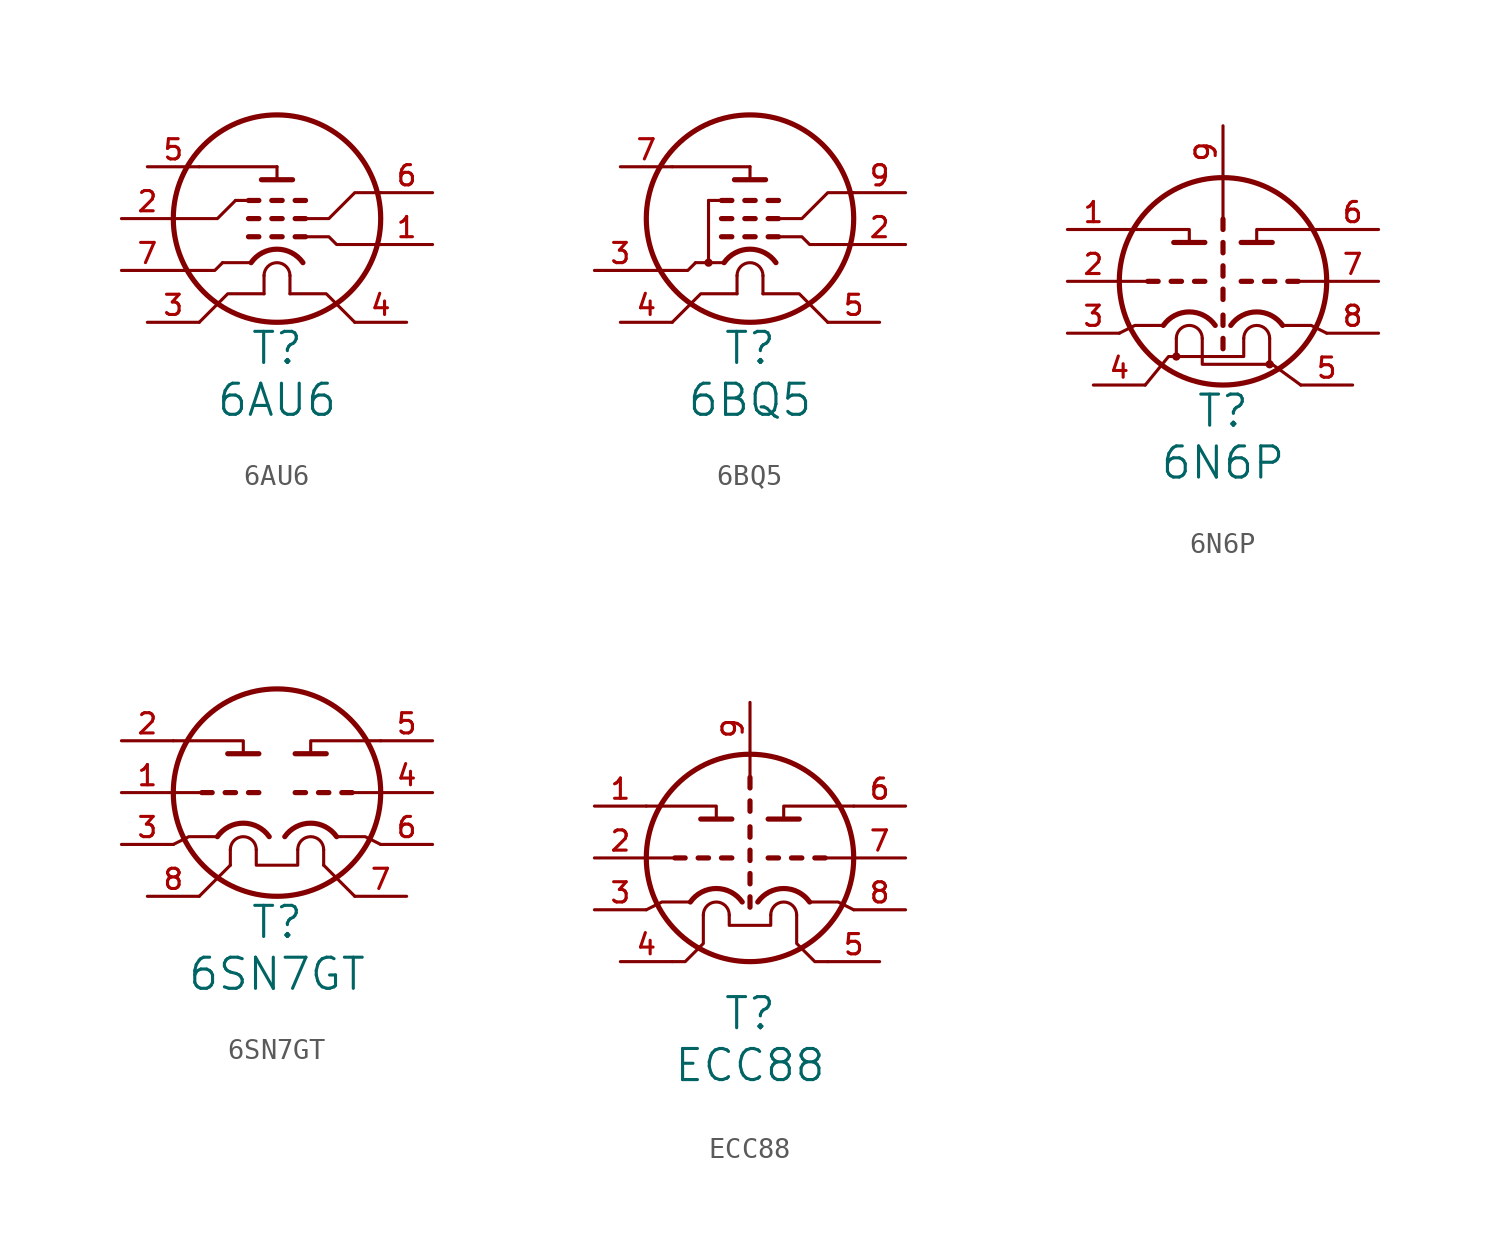
<source format=kicad_sym>
(kicad_symbol_lib
  (version 20220914)
  (generator kicad_symbol_editor)
  (symbol "6AU6"
    (pin_names
      (offset 0.025) hide)
    (property "Reference" "T"
      (at 0 -6.35 0)
      (effects (font (size 1.524 1.524))))
    (property "Value" "6AU6"
      (at 0 -8.89 0)
      (effects (font (size 1.524 1.524))))
    (property "Footprint" ""
      (at 0 0 0)
      (effects (font (size 1.524 1.524))))
    (property "Datasheet" ""
      (at 0 0 0)
      (effects (font (size 1.524 1.524))))
    (symbol "6AU6_0_1"
      (polyline (pts (xy -3.81 2.54) (xy 0 2.54)) (stroke (width 0) (type solid)) (fill (type none)))
      (polyline (pts (xy -1.397 -0.889) (xy -0.889 -0.889)) (stroke (width 0.254) (type solid)) (fill (type none)))
      (polyline (pts (xy -1.397 0) (xy -0.889 0)) (stroke (width 0.254) (type solid)) (fill (type none)))
      (polyline (pts (xy -1.397 0.889) (xy -2.032 0.889)) (stroke (width 0) (type solid)) (fill (type none)))
      (polyline (pts (xy -1.397 0.889) (xy -0.889 0.889)) (stroke (width 0.254) (type solid)) (fill (type none)))
      (polyline (pts (xy -1.27 -2.159) (xy -2.667 -2.159)) (stroke (width 0) (type solid)) (fill (type none)))
      (polyline (pts (xy -0.762 1.905) (xy 0.762 1.905)) (stroke (width 0.254) (type solid)) (fill (type none)))
      (polyline (pts (xy -0.635 -2.794) (xy -0.635 -3.683)) (stroke (width 0) (type solid)) (fill (type none)))
      (polyline (pts (xy -0.254 -0.889) (xy 0.254 -0.889)) (stroke (width 0.254) (type solid)) (fill (type none)))
      (polyline (pts (xy -0.254 0) (xy 0.254 0)) (stroke (width 0.254) (type solid)) (fill (type none)))
      (polyline (pts (xy -0.254 0.889) (xy 0.254 0.889)) (stroke (width 0.254) (type solid)) (fill (type none)))
      (polyline (pts (xy 0 1.905) (xy 0 2.54)) (stroke (width 0) (type solid)) (fill (type none)))
      (polyline (pts (xy 0.635 -2.794) (xy 0.635 -3.683)) (stroke (width 0) (type solid)) (fill (type none)))
      (polyline (pts (xy 0.889 -0.889) (xy 1.397 -0.889)) (stroke (width 0.254) (type solid)) (fill (type none)))
      (polyline (pts (xy 0.889 0) (xy 1.397 0)) (stroke (width 0.254) (type solid)) (fill (type none)))
      (polyline (pts (xy 0.889 0.889) (xy 1.397 0.889)) (stroke (width 0.254) (type solid)) (fill (type none)))
      (polyline (pts (xy -3.81 -5.08) (xy -2.413 -3.683) (xy -0.635 -3.683)) (stroke (width 0) (type solid)) (fill (type none)))
      (polyline (pts (xy -2.667 -2.159) (xy -3.048 -2.54) (xy -5.08 -2.54)) (stroke (width 0) (type solid)) (fill (type none)))
      (polyline (pts (xy -2.032 0.889) (xy -2.921 0) (xy -5.08 0)) (stroke (width 0) (type solid)) (fill (type none)))
      (polyline (pts (xy 3.81 -5.08) (xy 2.413 -3.683) (xy 0.635 -3.683)) (stroke (width 0) (type solid)) (fill (type none)))
      (polyline (pts (xy 1.397 -0.889) (xy 2.54 -0.889) (xy 2.921 -1.27) (xy 5.08 -1.27)) (stroke (width 0) (type solid)) (fill (type none)))
      (polyline (pts (xy 5.08 1.27) (xy 3.81 1.27) (xy 2.54 0) (xy 1.397 0)) (stroke (width 0) (type solid)) (fill (type none)))
      (circle (center 0 0) (radius 5.08) (stroke (width 0.254) (type solid)) (fill (type none)))
      (arc (start 0.635 -2.794) (mid 0 -2.1617) (end -0.635 -2.794) (stroke (width 0) (type solid)) (fill (type none)))
      (arc (start 1.27 -2.159) (mid 0 -1.4978) (end -1.27 -2.159) (stroke (width 0.254) (type solid)) (fill (type none))))
    (symbol "6AU6_1_1"
      (pin input line (at 7.62 -1.27 180) (length 2.54) (name "g1" (effects (font (size 0.762 0.762)))) (number "1" (effects (font (size 0.991 0.991)))))
      (pin input line (at -7.62 0 0) (length 2.54) (name "g3" (effects (font (size 0.762 0.762)))) (number "2" (effects (font (size 0.991 0.991)))))
      (pin input line (at -6.35 -5.08 0) (length 2.54) (name "h" (effects (font (size 0.762 0.762)))) (number "3" (effects (font (size 0.991 0.991)))))
      (pin input line (at 6.35 -5.08 180) (length 2.54) (name "h" (effects (font (size 0.762 0.762)))) (number "4" (effects (font (size 0.991 0.991)))))
      (pin input line (at -6.35 2.54 0) (length 2.54) (name "p" (effects (font (size 0.762 0.762)))) (number "5" (effects (font (size 0.991 0.991)))))
      (pin input line (at 7.62 1.27 180) (length 2.54) (name "g2" (effects (font (size 0.762 0.762)))) (number "6" (effects (font (size 0.991 0.991)))))
      (pin input line (at -7.62 -2.54 0) (length 2.54) (name "k" (effects (font (size 0.762 0.762)))) (number "7" (effects (font (size 0.991 0.991)))))))
  (symbol "6BQ5"
    (pin_names
      (offset 0.025) hide)
    (property "Reference" "T"
      (at 0 -6.35 0)
      (effects (font (size 1.524 1.524))))
    (property "Value" "6BQ5"
      (at 0 -8.89 0)
      (effects (font (size 1.524 1.524))))
    (property "Footprint" ""
      (at 0 0 0)
      (effects (font (size 1.524 1.524))))
    (property "Datasheet" ""
      (at 0 0 0)
      (effects (font (size 1.524 1.524))))
    (symbol "6BQ5_0_1"
      (circle (center -2.032 -2.159) (radius 0.127) (stroke (width 0) (type solid)) (fill (type none)))
      (polyline (pts (xy -3.81 2.54) (xy 0 2.54)) (stroke (width 0) (type solid)) (fill (type none)))
      (polyline (pts (xy -2.032 0.889) (xy -2.032 -2.159)) (stroke (width 0) (type solid)) (fill (type none)))
      (polyline (pts (xy -1.397 -0.889) (xy -0.889 -0.889)) (stroke (width 0.254) (type solid)) (fill (type none)))
      (polyline (pts (xy -1.397 0) (xy -0.889 0)) (stroke (width 0.254) (type solid)) (fill (type none)))
      (polyline (pts (xy -1.397 0.889) (xy -2.032 0.889)) (stroke (width 0) (type solid)) (fill (type none)))
      (polyline (pts (xy -1.397 0.889) (xy -0.889 0.889)) (stroke (width 0.254) (type solid)) (fill (type none)))
      (polyline (pts (xy -1.27 -2.159) (xy -2.667 -2.159)) (stroke (width 0) (type solid)) (fill (type none)))
      (polyline (pts (xy -0.762 1.905) (xy 0.762 1.905)) (stroke (width 0.254) (type solid)) (fill (type none)))
      (polyline (pts (xy -0.635 -2.794) (xy -0.635 -3.683)) (stroke (width 0) (type solid)) (fill (type none)))
      (polyline (pts (xy -0.254 -0.889) (xy 0.254 -0.889)) (stroke (width 0.254) (type solid)) (fill (type none)))
      (polyline (pts (xy -0.254 0) (xy 0.254 0)) (stroke (width 0.254) (type solid)) (fill (type none)))
      (polyline (pts (xy -0.254 0.889) (xy 0.254 0.889)) (stroke (width 0.254) (type solid)) (fill (type none)))
      (polyline (pts (xy 0 1.905) (xy 0 2.54)) (stroke (width 0) (type solid)) (fill (type none)))
      (polyline (pts (xy 0.635 -2.794) (xy 0.635 -3.683)) (stroke (width 0) (type solid)) (fill (type none)))
      (polyline (pts (xy 0.889 -0.889) (xy 1.397 -0.889)) (stroke (width 0.254) (type solid)) (fill (type none)))
      (polyline (pts (xy 0.889 0) (xy 1.397 0)) (stroke (width 0.254) (type solid)) (fill (type none)))
      (polyline (pts (xy 0.889 0.889) (xy 1.397 0.889)) (stroke (width 0.254) (type solid)) (fill (type none)))
      (polyline (pts (xy -3.81 -5.08) (xy -2.413 -3.683) (xy -0.635 -3.683)) (stroke (width 0) (type solid)) (fill (type none)))
      (polyline (pts (xy -2.667 -2.159) (xy -3.048 -2.54) (xy -5.08 -2.54)) (stroke (width 0) (type solid)) (fill (type none)))
      (polyline (pts (xy 3.81 -5.08) (xy 2.413 -3.683) (xy 0.635 -3.683)) (stroke (width 0) (type solid)) (fill (type none)))
      (polyline (pts (xy 1.397 -0.889) (xy 2.54 -0.889) (xy 2.921 -1.27) (xy 5.08 -1.27)) (stroke (width 0) (type solid)) (fill (type none)))
      (polyline (pts (xy 5.08 1.27) (xy 3.81 1.27) (xy 2.54 0) (xy 1.397 0)) (stroke (width 0) (type solid)) (fill (type none)))
      (circle (center 0 0) (radius 5.08) (stroke (width 0.254) (type solid)) (fill (type none)))
      (arc (start 0.635 -2.794) (mid 0 -2.1617) (end -0.635 -2.794) (stroke (width 0) (type solid)) (fill (type none)))
      (arc (start 1.27 -2.159) (mid 0 -1.4978) (end -1.27 -2.159) (stroke (width 0.254) (type solid)) (fill (type none))))
    (symbol "6BQ5_1_1"
      (pin input line (at 7.62 -1.27 180) (length 2.54) (name "g" (effects (font (size 0.762 0.762)))) (number "2" (effects (font (size 0.991 0.991)))))
      (pin input line (at -7.62 -2.54 0) (length 2.54) (name "ks" (effects (font (size 0.762 0.762)))) (number "3" (effects (font (size 0.991 0.991)))))
      (pin input line (at -6.35 -5.08 0) (length 2.54) (name "h" (effects (font (size 0.762 0.762)))) (number "4" (effects (font (size 0.991 0.991)))))
      (pin input line (at 6.35 -5.08 180) (length 2.54) (name "h" (effects (font (size 0.787 0.787)))) (number "5" (effects (font (size 0.991 0.991)))))
      (pin input line (at -6.35 2.54 0) (length 2.54) (name "p" (effects (font (size 0.762 0.762)))) (number "7" (effects (font (size 0.991 0.991)))))
      (pin input line (at 7.62 1.27 180) (length 2.54) (name "s" (effects (font (size 0.762 0.762)))) (number "9" (effects (font (size 0.991 0.991)))))))
  (symbol "6N6P"
    (pin_names
      (offset 0.025) hide)
    (property "Reference" "T"
      (at 0 -6.35 0)
      (effects (font (size 1.524 1.524))))
    (property "Value" "6N6P"
      (at 0 -8.89 0)
      (effects (font (size 1.524 1.524))))
    (property "Footprint" ""
      (at 0 0 0)
      (effects (font (size 1.524 1.524))))
    (property "Datasheet" ""
      (at 0 0 0)
      (effects (font (size 1.524 1.524))))
    (symbol "6N6P_0_1"
      (circle (center -2.286 -3.683) (radius 0.127) (stroke (width 0) (type solid)) (fill (type none)))
      (arc (start -1.016 -2.794) (mid -1.651 -2.1617) (end -2.286 -2.794) (stroke (width 0) (type solid)) (fill (type none)))
      (arc (start -0.381 -2.159) (mid -1.651 -1.4978) (end -2.921 -2.159) (stroke (width 0.254) (type solid)) (fill (type none)))
      (polyline (pts (xy -5.08 0) (xy -3.683 0)) (stroke (width 0) (type solid)) (fill (type none)))
      (polyline (pts (xy -3.683 0) (xy -3.175 0)) (stroke (width 0.254) (type solid)) (fill (type none)))
      (polyline (pts (xy -2.54 0) (xy -2.032 0)) (stroke (width 0.254) (type solid)) (fill (type none)))
      (polyline (pts (xy -2.413 1.905) (xy -0.889 1.905)) (stroke (width 0.254) (type solid)) (fill (type none)))
      (polyline (pts (xy -2.286 -2.794) (xy -2.286 -3.683)) (stroke (width 0) (type solid)) (fill (type none)))
      (polyline (pts (xy -1.397 0) (xy -0.889 0)) (stroke (width 0.254) (type solid)) (fill (type none)))
      (polyline (pts (xy 0 -2.794) (xy 0 -3.302)) (stroke (width 0.254) (type solid)) (fill (type none)))
      (polyline (pts (xy 0 -1.651) (xy 0 -2.159)) (stroke (width 0.254) (type solid)) (fill (type none)))
      (polyline (pts (xy 0 -0.381) (xy 0 -0.889)) (stroke (width 0.254) (type solid)) (fill (type none)))
      (polyline (pts (xy 0 0.762) (xy 0 0.254)) (stroke (width 0.254) (type solid)) (fill (type none)))
      (polyline (pts (xy 0 1.905) (xy 0 1.397)) (stroke (width 0.254) (type solid)) (fill (type none)))
      (polyline (pts (xy 0 3.048) (xy 0 2.54)) (stroke (width 0.254) (type solid)) (fill (type none)))
      (polyline (pts (xy 0 5.08) (xy 0 3.048)) (stroke (width 0) (type solid)) (fill (type none)))
      (polyline (pts (xy 0.889 0) (xy 1.397 0)) (stroke (width 0.254) (type solid)) (fill (type none)))
      (polyline (pts (xy 0.889 1.905) (xy 2.413 1.905)) (stroke (width 0.254) (type solid)) (fill (type none)))
      (polyline (pts (xy 2.032 0) (xy 2.54 0)) (stroke (width 0.254) (type solid)) (fill (type none)))
      (polyline (pts (xy 2.286 -2.794) (xy 2.286 -4.064)) (stroke (width 0) (type solid)) (fill (type none)))
      (polyline (pts (xy 3.175 0) (xy 3.683 0)) (stroke (width 0.254) (type solid)) (fill (type none)))
      (polyline (pts (xy 3.683 0) (xy 5.08 0)) (stroke (width 0) (type solid)) (fill (type none)))
      (polyline (pts (xy -2.921 -2.159) (xy -4.318 -2.159) (xy -5.08 -2.54)) (stroke (width 0) (type solid)) (fill (type none)))
      (polyline (pts (xy -1.651 1.905) (xy -1.651 2.54) (xy -5.08 2.54)) (stroke (width 0) (type solid)) (fill (type none)))
      (polyline (pts (xy 2.921 -2.159) (xy 4.318 -2.159) (xy 5.08 -2.54)) (stroke (width 0) (type solid)) (fill (type none)))
      (polyline (pts (xy 5.08 2.54) (xy 1.651 2.54) (xy 1.651 1.905)) (stroke (width 0) (type solid)) (fill (type none)))
      (polyline (pts (xy 1.016 -2.794) (xy 1.016 -3.683) (xy -2.667 -3.683) (xy -3.81 -5.08)) (stroke (width 0) (type solid)) (fill (type none)))
      (polyline (pts (xy 3.81 -5.08) (xy 2.413 -4.064) (xy -1.016 -4.064) (xy -1.016 -2.794)) (stroke (width 0) (type solid)) (fill (type none)))
      (circle (center 0 0) (radius 5.08) (stroke (width 0.254) (type solid)) (fill (type none)))
      (circle (center 2.286 -4.064) (radius 0.127) (stroke (width 0) (type solid)) (fill (type none)))
      (arc (start 2.286 -2.794) (mid 1.651 -2.1617) (end 1.016 -2.794) (stroke (width 0) (type solid)) (fill (type none)))
      (arc (start 2.921 -2.159) (mid 1.651 -1.4978) (end 0.381 -2.159) (stroke (width 0.254) (type solid)) (fill (type none))))
    (symbol "6N6P_1_1"
      (pin input line (at -7.62 2.54 0) (length 2.54) (name "qT1" (effects (font (size 0.787 0.787)))) (number "1" (effects (font (size 0.991 0.991)))))
      (pin input line (at -7.62 0 0) (length 2.54) (name "gT1" (effects (font (size 0.762 0.762)))) (number "2" (effects (font (size 0.991 0.991)))))
      (pin input line (at -7.62 -2.54 0) (length 2.54) (name "kT1" (effects (font (size 0.787 0.787)))) (number "3" (effects (font (size 0.991 0.991)))))
      (pin input line (at -6.35 -5.08 0) (length 2.54) (name "h" (effects (font (size 0.787 0.787)))) (number "4" (effects (font (size 0.991 0.991)))))
      (pin input line (at 6.35 -5.08 180) (length 2.54) (name "h" (effects (font (size 0.787 0.787)))) (number "5" (effects (font (size 0.991 0.991)))))
      (pin input line (at 7.62 2.54 180) (length 2.54) (name "qT2" (effects (font (size 0.787 0.787)))) (number "6" (effects (font (size 0.991 0.991)))))
      (pin input line (at 7.62 0 180) (length 2.54) (name "gT2" (effects (font (size 0.787 0.787)))) (number "7" (effects (font (size 0.991 0.991)))))
      (pin input line (at 7.62 -2.54 180) (length 2.54) (name "kT2" (effects (font (size 0.787 0.787)))) (number "8" (effects (font (size 0.991 0.991)))))
      (pin input line (at 0 7.62 270) (length 2.54) (name "S" (effects (font (size 0.787 0.787)))) (number "9" (effects (font (size 0.991 0.991)))))))
  (symbol "6SN7GT"
    (pin_names
      (offset 0.025) hide)
    (property "Reference" "T"
      (at 0 -6.35 0)
      (effects (font (size 1.524 1.524))))
    (property "Value" "6SN7GT"
      (at 0 -8.89 0)
      (effects (font (size 1.524 1.524))))
    (property "Footprint" ""
      (at 0 0 0)
      (effects (font (size 1.524 1.524))))
    (property "Datasheet" ""
      (at 0 0 0)
      (effects (font (size 1.524 1.524))))
    (symbol "6SN7GT_0_1"
      (arc (start -1.016 -2.794) (mid -1.651 -2.1617) (end -2.286 -2.794) (stroke (width 0) (type solid)) (fill (type none)))
      (arc (start -0.381 -2.159) (mid -1.651 -1.4978) (end -2.921 -2.159) (stroke (width 0.254) (type solid)) (fill (type none)))
      (polyline (pts (xy -5.08 0) (xy -3.683 0)) (stroke (width 0) (type solid)) (fill (type none)))
      (polyline (pts (xy -3.81 -5.08) (xy -2.286 -3.556)) (stroke (width 0) (type solid)) (fill (type none)))
      (polyline (pts (xy -3.683 0) (xy -3.175 0)) (stroke (width 0.254) (type solid)) (fill (type none)))
      (polyline (pts (xy -2.54 0) (xy -2.032 0)) (stroke (width 0.254) (type solid)) (fill (type none)))
      (polyline (pts (xy -2.413 1.905) (xy -0.889 1.905)) (stroke (width 0.254) (type solid)) (fill (type none)))
      (polyline (pts (xy -2.286 -2.794) (xy -2.286 -3.556)) (stroke (width 0) (type solid)) (fill (type none)))
      (polyline (pts (xy -1.397 0) (xy -0.889 0)) (stroke (width 0.254) (type solid)) (fill (type none)))
      (polyline (pts (xy 0.889 0) (xy 1.397 0)) (stroke (width 0.254) (type solid)) (fill (type none)))
      (polyline (pts (xy 0.889 1.905) (xy 2.413 1.905)) (stroke (width 0.254) (type solid)) (fill (type none)))
      (polyline (pts (xy 2.032 0) (xy 2.54 0)) (stroke (width 0.254) (type solid)) (fill (type none)))
      (polyline (pts (xy 2.286 -3.556) (xy 2.286 -2.794)) (stroke (width 0) (type solid)) (fill (type none)))
      (polyline (pts (xy 2.286 -3.556) (xy 3.81 -5.08)) (stroke (width 0) (type solid)) (fill (type none)))
      (polyline (pts (xy 3.175 0) (xy 3.683 0)) (stroke (width 0.254) (type solid)) (fill (type none)))
      (polyline (pts (xy 3.683 0) (xy 5.08 0)) (stroke (width 0) (type solid)) (fill (type none)))
      (polyline (pts (xy -2.921 -2.159) (xy -4.318 -2.159) (xy -5.08 -2.54)) (stroke (width 0) (type solid)) (fill (type none)))
      (polyline (pts (xy -1.651 1.905) (xy -1.651 2.54) (xy -5.08 2.54)) (stroke (width 0) (type solid)) (fill (type none)))
      (polyline (pts (xy 2.921 -2.159) (xy 4.318 -2.159) (xy 5.08 -2.54)) (stroke (width 0) (type solid)) (fill (type none)))
      (polyline (pts (xy 5.08 2.54) (xy 1.651 2.54) (xy 1.651 1.905)) (stroke (width 0) (type solid)) (fill (type none)))
      (polyline (pts (xy -1.016 -2.794) (xy -1.016 -3.556) (xy 1.016 -3.556) (xy 1.016 -2.794)) (stroke (width 0) (type solid)) (fill (type none)))
      (circle (center 0 0) (radius 5.08) (stroke (width 0.254) (type solid)) (fill (type none)))
      (arc (start 2.286 -2.794) (mid 1.651 -2.1617) (end 1.016 -2.794) (stroke (width 0) (type solid)) (fill (type none)))
      (arc (start 2.921 -2.159) (mid 1.651 -1.4978) (end 0.381 -2.159) (stroke (width 0.254) (type solid)) (fill (type none))))
    (symbol "6SN7GT_1_1"
      (pin input line (at -7.62 0 0) (length 2.54) (name "gT1" (effects (font (size 0.762 0.762)))) (number "1" (effects (font (size 0.991 0.991)))))
      (pin input line (at -7.62 2.54 0) (length 2.54) (name "qT1" (effects (font (size 0.787 0.787)))) (number "2" (effects (font (size 0.991 0.991)))))
      (pin input line (at -7.62 -2.54 0) (length 2.54) (name "kT1" (effects (font (size 0.787 0.787)))) (number "3" (effects (font (size 0.991 0.991)))))
      (pin input line (at 7.62 0 180) (length 2.54) (name "gT2" (effects (font (size 0.787 0.787)))) (number "4" (effects (font (size 0.991 0.991)))))
      (pin input line (at 7.62 2.54 180) (length 2.54) (name "qT2" (effects (font (size 0.787 0.787)))) (number "5" (effects (font (size 0.991 0.991)))))
      (pin input line (at 7.62 -2.54 180) (length 2.54) (name "kT2" (effects (font (size 0.787 0.787)))) (number "6" (effects (font (size 0.991 0.991)))))
      (pin input line (at 6.35 -5.08 180) (length 2.54) (name "h" (effects (font (size 0.787 0.787)))) (number "7" (effects (font (size 0.991 0.991)))))
      (pin input line (at -6.35 -5.08 0) (length 2.54) (name "h" (effects (font (size 0.787 0.787)))) (number "8" (effects (font (size 0.991 0.991)))))))
  (symbol "ECC88"
    (pin_names
      (offset 0.025) hide)
    (property "Reference" "T"
      (at 0 -7.62 0)
      (effects (font (size 1.524 1.524))))
    (property "Value" "ECC88"
      (at 0 -10.16 0)
      (effects (font (size 1.524 1.524))))
    (property "Footprint" ""
      (at 0 0 0)
      (effects (font (size 1.524 1.524))))
    (property "Datasheet" ""
      (at 0 0 0)
      (effects (font (size 1.524 1.524))))
    (symbol "ECC88_0_1"
      (arc (start -1.016 -2.794) (mid -1.651 -2.1617) (end -2.286 -2.794) (stroke (width 0) (type solid)) (fill (type none)))
      (arc (start -0.381 -2.159) (mid -1.651 -1.4978) (end -2.921 -2.159) (stroke (width 0.254) (type solid)) (fill (type none)))
      (polyline (pts (xy -5.08 0) (xy -3.683 0)) (stroke (width 0) (type solid)) (fill (type none)))
      (polyline (pts (xy -3.683 0) (xy -3.175 0)) (stroke (width 0.254) (type solid)) (fill (type none)))
      (polyline (pts (xy -2.54 0) (xy -2.032 0)) (stroke (width 0.254) (type solid)) (fill (type none)))
      (polyline (pts (xy -2.413 1.905) (xy -0.889 1.905)) (stroke (width 0.254) (type solid)) (fill (type none)))
      (polyline (pts (xy -1.397 0) (xy -0.889 0)) (stroke (width 0.254) (type solid)) (fill (type none)))
      (polyline (pts (xy 0 5.08) (xy 0 3.937)) (stroke (width 0) (type solid)) (fill (type none)))
      (polyline (pts (xy 0.889 0) (xy 1.397 0)) (stroke (width 0.254) (type solid)) (fill (type none)))
      (polyline (pts (xy 0.889 1.905) (xy 2.413 1.905)) (stroke (width 0.254) (type solid)) (fill (type none)))
      (polyline (pts (xy 2.032 0) (xy 2.54 0)) (stroke (width 0.254) (type solid)) (fill (type none)))
      (polyline (pts (xy 3.175 0) (xy 3.683 0)) (stroke (width 0.254) (type solid)) (fill (type none)))
      (polyline (pts (xy 3.683 0) (xy 5.08 0)) (stroke (width 0) (type solid)) (fill (type none)))
      (polyline (pts (xy -2.921 -2.159) (xy -4.318 -2.159) (xy -5.08 -2.54)) (stroke (width 0) (type solid)) (fill (type none)))
      (polyline (pts (xy -1.651 1.905) (xy -1.651 2.54) (xy -5.08 2.54)) (stroke (width 0) (type solid)) (fill (type none)))
      (polyline (pts (xy 2.921 -2.159) (xy 4.318 -2.159) (xy 5.08 -2.54)) (stroke (width 0) (type solid)) (fill (type none)))
      (polyline (pts (xy 5.08 2.54) (xy 1.651 2.54) (xy 1.651 1.905)) (stroke (width 0) (type solid)) (fill (type none)))
      (polyline (pts (xy -2.286 -2.794) (xy -2.286 -4.191) (xy -3.175 -5.08) (xy -3.81 -5.08)) (stroke (width 0) (type solid)) (fill (type none)))
      (polyline (pts (xy -1.016 -2.794) (xy -1.016 -3.302) (xy 1.016 -3.302) (xy 1.016 -2.794)) (stroke (width 0) (type solid)) (fill (type none)))
      (polyline (pts (xy 2.286 -2.794) (xy 2.286 -4.191) (xy 3.175 -5.08) (xy 3.81 -5.08)) (stroke (width 0) (type solid)) (fill (type none)))
      (circle (center 0 0) (radius 5.08) (stroke (width 0.254) (type solid)) (fill (type none)))
      (arc (start 2.286 -2.794) (mid 1.651 -2.1617) (end 1.016 -2.794) (stroke (width 0) (type solid)) (fill (type none)))
      (arc (start 2.921 -2.159) (mid 1.651 -1.4978) (end 0.381 -2.159) (stroke (width 0.254) (type solid)) (fill (type none))))
    (symbol "ECC88_1_1"
      (polyline (pts (xy 0 -2.413) (xy 0 -1.905)) (stroke (width 0.254) (type solid)) (fill (type none)))
      (polyline (pts (xy 0 -1.27) (xy 0 -0.762)) (stroke (width 0.254) (type solid)) (fill (type none)))
      (polyline (pts (xy 0 -0.127) (xy 0 0.381)) (stroke (width 0.254) (type solid)) (fill (type none)))
      (polyline (pts (xy 0 1.016) (xy 0 1.524)) (stroke (width 0.254) (type solid)) (fill (type none)))
      (polyline (pts (xy 0 2.286) (xy 0 2.794)) (stroke (width 0.254) (type solid)) (fill (type none)))
      (polyline (pts (xy 0 3.429) (xy 0 3.937)) (stroke (width 0.254) (type solid)) (fill (type none)))
      (pin input line (at -7.62 2.54 0) (length 2.54) (name "qT1" (effects (font (size 0.787 0.787)))) (number "1" (effects (font (size 0.991 0.991)))))
      (pin input line (at -7.62 0 0) (length 2.54) (name "gT1" (effects (font (size 0.762 0.762)))) (number "2" (effects (font (size 0.991 0.991)))))
      (pin input line (at -7.62 -2.54 0) (length 2.54) (name "kT1" (effects (font (size 0.787 0.787)))) (number "3" (effects (font (size 0.991 0.991)))))
      (pin input line (at -6.35 -5.08 0) (length 2.54) (name "h" (effects (font (size 0.787 0.787)))) (number "4" (effects (font (size 0.991 0.991)))))
      (pin input line (at 6.35 -5.08 180) (length 2.54) (name "h" (effects (font (size 0.787 0.787)))) (number "5" (effects (font (size 0.991 0.991)))))
      (pin input line (at 7.62 2.54 180) (length 2.54) (name "qT2" (effects (font (size 0.787 0.787)))) (number "6" (effects (font (size 0.991 0.991)))))
      (pin input line (at 7.62 0 180) (length 2.54) (name "gT2" (effects (font (size 0.787 0.787)))) (number "7" (effects (font (size 0.991 0.991)))))
      (pin input line (at 7.62 -2.54 180) (length 2.54) (name "kT2" (effects (font (size 0.787 0.787)))) (number "8" (effects (font (size 0.991 0.991)))))
      (pin input line (at 0 7.62 270) (length 2.54) (name "s" (effects (font (size 0.762 0.762)))) (number "9" (effects (font (size 0.991 0.991))))))))
</source>
